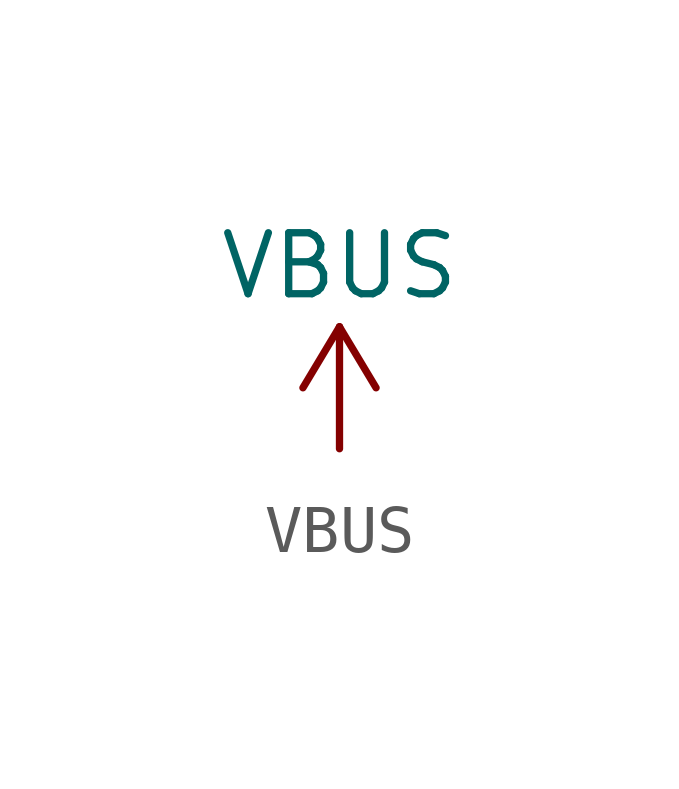
<source format=kicad_sym>
(kicad_symbol_lib
  (version 20231120)
  (generator "kicad_symbol_editor")
  (generator_version "8.0")
  (symbol "VBUS"
    (power)
    (pin_names
      (offset 0))
    (property "Reference" "#PWR"
      (at 0 -3.81 0)
      (effects (font (size 1.27 1.27)) (hide yes)))
    (property "Value" "VBUS"
      (at 0 3.81 0)
      (effects (font (size 1.27 1.27))))
    (symbol "VBUS_0_1"
      (polyline (pts (xy -0.762 1.27) (xy 0 2.54)) (stroke (width 0) (type default)) (fill (type none)))
      (polyline (pts (xy 0 0) (xy 0 2.54)) (stroke (width 0) (type default)) (fill (type none)))
      (polyline (pts (xy 0 2.54) (xy 0.762 1.27)) (stroke (width 0) (type default)) (fill (type none))))
    (symbol "VBUS_1_1"
      (pin power_in line (at 0 0 90) (length 0) hide (name "VBUS" (effects (font (size 1.27 1.27)))) (number "1" (effects (font (size 1.27 1.27))))))))
</source>
